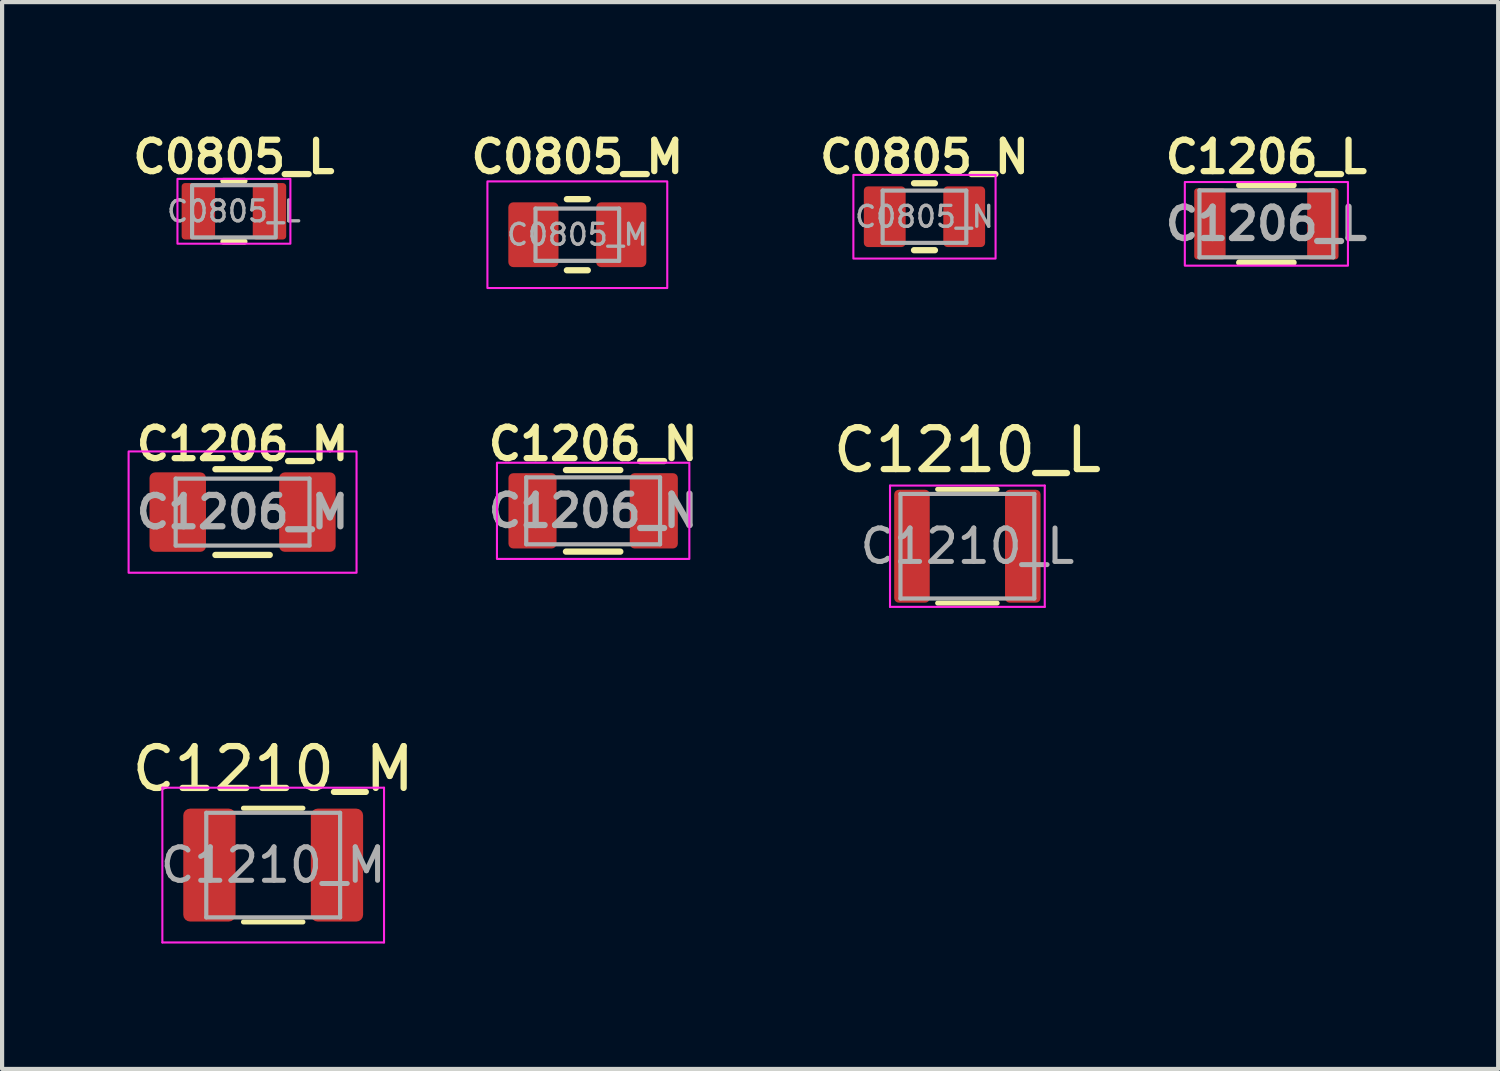
<source format=kicad_pcb>
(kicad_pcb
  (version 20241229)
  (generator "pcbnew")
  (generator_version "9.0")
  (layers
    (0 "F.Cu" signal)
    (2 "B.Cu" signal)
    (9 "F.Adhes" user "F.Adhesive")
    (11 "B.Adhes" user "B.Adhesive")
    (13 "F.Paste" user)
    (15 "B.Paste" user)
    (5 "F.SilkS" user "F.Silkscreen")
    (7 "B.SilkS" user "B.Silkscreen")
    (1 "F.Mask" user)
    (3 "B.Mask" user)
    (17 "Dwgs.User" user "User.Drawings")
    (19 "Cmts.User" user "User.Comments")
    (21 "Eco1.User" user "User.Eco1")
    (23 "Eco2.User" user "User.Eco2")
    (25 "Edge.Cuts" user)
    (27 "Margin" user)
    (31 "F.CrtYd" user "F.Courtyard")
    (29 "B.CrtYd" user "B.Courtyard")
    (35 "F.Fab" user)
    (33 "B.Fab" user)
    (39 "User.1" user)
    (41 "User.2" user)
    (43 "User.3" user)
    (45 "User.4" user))
  (footprint "C1210_M"
    (layer "F.Cu")
    (at 3.482 17.634)
    (property "Reference" "C1210_M" (at 0 -2.3 0) (layer "F.SilkS") (effects (font (size 1 1) (thickness 0.15))))
    (attr smd)
    (fp_line (start -0.711 -1.36) (end 0.711 -1.36) (stroke (width 0.12) (type solid)) (layer "F.SilkS"))
    (fp_line (start -0.711 1.36) (end 0.711 1.36) (stroke (width 0.12) (type solid)) (layer "F.SilkS"))
    (fp_line (start -2.65 -1.85) (end 2.65 -1.85) (stroke (width 0.05) (type solid)) (layer "F.CrtYd"))
    (fp_line (start -2.65 1.85) (end -2.65 -1.85) (stroke (width 0.05) (type solid)) (layer "F.CrtYd"))
    (fp_line (start 2.65 -1.85) (end 2.65 1.85) (stroke (width 0.05) (type solid)) (layer "F.CrtYd"))
    (fp_line (start 2.65 1.85) (end -2.65 1.85) (stroke (width 0.05) (type solid)) (layer "F.CrtYd"))
    (fp_line (start -1.6 -1.25) (end 1.6 -1.25) (stroke (width 0.1) (type solid)) (layer "F.Fab"))
    (fp_line (start -1.6 1.25) (end -1.6 -1.25) (stroke (width 0.1) (type solid)) (layer "F.Fab"))
    (fp_line (start 1.6 -1.25) (end 1.6 1.25) (stroke (width 0.1) (type solid)) (layer "F.Fab"))
    (fp_line (start 1.6 1.25) (end -1.6 1.25) (stroke (width 0.1) (type solid)) (layer "F.Fab"))
    (fp_text user "${REFERENCE}" (at 0 0 0) (layer "F.Fab") (effects (font (size 0.8 0.8) (thickness 0.12))))
    (pad "1" smd roundrect (at -1.525 0) (size 1.25 2.7) (layers "F.Cu" "F.Mask" "F.Paste") (roundrect_rratio 0.13))
    (pad "2" smd roundrect (at 1.525 0) (size 1.25 2.7) (layers "F.Cu" "F.Mask" "F.Paste") (roundrect_rratio 0.13)))
  (footprint "C0805_N"
    (layer "F.Cu")
    (at 19.054 2.132)
    (property "Reference" "C0805_N" (at 0 -1.43 0) (layer "F.SilkS") (effects (font (size 0.75 0.75) (thickness 0.15))))
    (attr smd)
    (fp_line (start -0.25 -0.8) (end 0.25 -0.8) (stroke (width 0.15) (type solid)) (layer "F.SilkS"))
    (fp_line (start -0.25 0.8) (end 0.25 0.8) (stroke (width 0.15) (type solid)) (layer "F.SilkS"))
    (fp_rect (start -1.7 -1) (end 1.7 1) (stroke (width 0.05) (type default)) (fill no) (layer "F.CrtYd"))
    (fp_line (start -1 -0.625) (end 1 -0.625) (stroke (width 0.1) (type solid)) (layer "F.Fab"))
    (fp_line (start -1 0.625) (end -1 -0.625) (stroke (width 0.1) (type solid)) (layer "F.Fab"))
    (fp_line (start 1 -0.625) (end 1 0.625) (stroke (width 0.1) (type solid)) (layer "F.Fab"))
    (fp_line (start 1 0.625) (end -1 0.625) (stroke (width 0.1) (type solid)) (layer "F.Fab"))
    (fp_text user "${REFERENCE}" (at 0 0 0) (layer "F.Fab") (effects (font (size 0.5 0.5) (thickness 0.08))))
    (pad "1" smd roundrect (at -0.95 0) (size 1 1.45) (layers "F.Cu" "F.Mask" "F.Paste") (roundrect_rratio 0.1))
    (pad "2" smd roundrect (at 0.95 0) (size 1 1.45) (layers "F.Cu" "F.Mask" "F.Paste") (roundrect_rratio 0.1)))
  (footprint "C1206_M"
    (layer "F.Cu")
    (at 2.75 9.194)
    (property "Reference" "C1206_M" (at 0 -1.63 0) (layer "F.SilkS") (effects (font (size 0.75 0.75) (thickness 0.15))))
    (attr smd)
    (fp_line (start -0.65 -1.025) (end 0.65 -1.025) (stroke (width 0.15) (type solid)) (layer "F.SilkS"))
    (fp_line (start -0.65 1.025) (end 0.65 1.025) (stroke (width 0.15) (type solid)) (layer "F.SilkS"))
    (fp_rect (start -2.725 -1.45) (end 2.725 1.45) (stroke (width 0.05) (type solid)) (fill no) (layer "F.CrtYd"))
    (fp_line (start -1.6 -0.8) (end 1.6 -0.8) (stroke (width 0.1) (type solid)) (layer "F.Fab"))
    (fp_line (start -1.6 0.8) (end -1.6 -0.8) (stroke (width 0.1) (type solid)) (layer "F.Fab"))
    (fp_line (start 1.6 -0.8) (end 1.6 0.8) (stroke (width 0.1) (type solid)) (layer "F.Fab"))
    (fp_line (start 1.6 0.8) (end -1.6 0.8) (stroke (width 0.1) (type solid)) (layer "F.Fab"))
    (fp_text user "${REFERENCE}" (at 0 0 0) (layer "F.Fab") (effects (font (size 0.75 0.75) (thickness 0.15) (bold yes))))
    (pad "1" smd roundrect (at -1.55 0) (size 1.35 1.9) (layers "F.Cu" "F.Mask" "F.Paste") (roundrect_rratio 0.1))
    (pad "2" smd roundrect (at 1.55 0) (size 1.35 1.9) (layers "F.Cu" "F.Mask" "F.Paste") (roundrect_rratio 0.1)))
  (footprint "C0805_L"
    (layer "F.Cu")
    (at 2.543 2.002)
    (property "Reference" "C0805_L" (at 0 -1.3 0) (layer "F.SilkS") (effects (font (size 0.75 0.75) (thickness 0.15))))
    (attr smd)
    (fp_line (start -0.25 -0.725) (end 0.25 -0.725) (stroke (width 0.15) (type solid)) (layer "F.SilkS"))
    (fp_line (start -0.25 0.725) (end 0.25 0.725) (stroke (width 0.15) (type solid)) (layer "F.SilkS"))
    (fp_rect (start -1.35 -0.775) (end 1.35 0.775) (stroke (width 0.05) (type solid)) (fill no) (layer "F.CrtYd"))
    (fp_rect (start -1 -0.625) (end 1 0.625) (stroke (width 0.1) (type default)) (fill no) (layer "F.Fab"))
    (fp_text user "${REFERENCE}" (at 0 0 0) (layer "F.Fab") (effects (font (size 0.5 0.5) (thickness 0.08))))
    (pad "1" smd roundrect (at -0.85 0) (size 0.8 1.35) (layers "F.Cu" "F.Mask" "F.Paste") (roundrect_rratio 0.1))
    (pad "2" smd roundrect (at 0.85 0) (size 0.8 1.35) (layers "F.Cu" "F.Mask" "F.Paste") (roundrect_rratio 0.1)))
  (footprint "C0805_M"
    (layer "F.Cu")
    (at 10.754 2.562)
    (property "Reference" "C0805_M" (at 0 -1.86 0) (layer "F.SilkS") (effects (font (size 0.75 0.75) (thickness 0.15))))
    (attr smd)
    (fp_line (start -0.25 -0.85) (end 0.25 -0.85) (stroke (width 0.15) (type solid)) (layer "F.SilkS"))
    (fp_line (start -0.25 0.85) (end 0.25 0.85) (stroke (width 0.15) (type solid)) (layer "F.SilkS"))
    (fp_rect (start -2.15 -1.275) (end 2.15 1.275) (stroke (width 0.05) (type solid)) (fill no) (layer "F.CrtYd"))
    (fp_line (start -1 -0.625) (end 1 -0.625) (stroke (width 0.1) (type solid)) (layer "F.Fab"))
    (fp_line (start -1 0.625) (end -1 -0.625) (stroke (width 0.1) (type solid)) (layer "F.Fab"))
    (fp_line (start 1 -0.625) (end 1 0.625) (stroke (width 0.1) (type solid)) (layer "F.Fab"))
    (fp_line (start 1 0.625) (end -1 0.625) (stroke (width 0.1) (type solid)) (layer "F.Fab"))
    (fp_text user "${REFERENCE}" (at 0 0 0) (layer "F.Fab") (effects (font (size 0.5 0.5) (thickness 0.08))))
    (pad "1" smd roundrect (at -1.05 0) (size 1.2 1.55) (layers "F.Cu" "F.Mask" "F.Paste") (roundrect_rratio 0.1))
    (pad "2" smd roundrect (at 1.05 0) (size 1.2 1.55) (layers "F.Cu" "F.Mask" "F.Paste") (roundrect_rratio 0.1)))
  (footprint "C1206_L"
    (layer "F.Cu")
    (at 27.229 2.302)
    (property "Reference" "C1206_L" (at 0 -1.6 0) (layer "F.SilkS") (effects (font (size 0.75 0.75) (thickness 0.15))))
    (attr smd)
    (fp_line (start -0.65 -0.925) (end 0.65 -0.925) (stroke (width 0.15) (type solid)) (layer "F.SilkS"))
    (fp_line (start -0.65 0.925) (end 0.65 0.925) (stroke (width 0.15) (type solid)) (layer "F.SilkS"))
    (fp_rect (start -1.95 -1) (end 1.95 1) (stroke (width 0.05) (type default)) (fill no) (layer "F.CrtYd"))
    (fp_line (start -1.6 -0.8) (end 1.6 -0.8) (stroke (width 0.1) (type solid)) (layer "F.Fab"))
    (fp_line (start -1.6 0.8) (end -1.6 -0.8) (stroke (width 0.1) (type solid)) (layer "F.Fab"))
    (fp_line (start 1.6 -0.8) (end 1.6 0.8) (stroke (width 0.1) (type solid)) (layer "F.Fab"))
    (fp_line (start 1.6 0.8) (end -1.6 0.8) (stroke (width 0.1) (type solid)) (layer "F.Fab"))
    (fp_text user "${REFERENCE}" (at 0 0 0) (layer "F.Fab") (effects (font (size 0.75 0.75) (thickness 0.15) (bold yes))))
    (pad "1" smd roundrect (at -1.35 0) (size 0.75 1.7) (layers "F.Cu" "F.Mask" "F.Paste") (roundrect_rratio 0.1))
    (pad "2" smd roundrect (at 1.35 0) (size 0.75 1.7) (layers "F.Cu" "F.Mask" "F.Paste") (roundrect_rratio 0.1)))
  (footprint "C1210_L"
    (layer "F.Cu")
    (at 20.08 10.01)
    (property "Reference" "C1210_L" (at 0 -2.3 0) (layer "F.SilkS") (effects (font (size 1 1) (thickness 0.15))))
    (attr smd)
    (fp_line (start -0.711 -1.36) (end 0.711 -1.36) (stroke (width 0.12) (type solid)) (layer "F.SilkS"))
    (fp_line (start -0.711 1.36) (end 0.711 1.36) (stroke (width 0.12) (type solid)) (layer "F.SilkS"))
    (fp_line (start -1.85 -1.45) (end 1.85 -1.45) (stroke (width 0.05) (type solid)) (layer "F.CrtYd"))
    (fp_line (start -1.85 1.45) (end -1.85 -1.45) (stroke (width 0.05) (type solid)) (layer "F.CrtYd"))
    (fp_line (start 1.85 -1.45) (end 1.85 1.45) (stroke (width 0.05) (type solid)) (layer "F.CrtYd"))
    (fp_line (start 1.85 1.45) (end -1.85 1.45) (stroke (width 0.05) (type solid)) (layer "F.CrtYd"))
    (fp_line (start -1.6 -1.25) (end 1.6 -1.25) (stroke (width 0.1) (type solid)) (layer "F.Fab"))
    (fp_line (start -1.6 1.25) (end -1.6 -1.25) (stroke (width 0.1) (type solid)) (layer "F.Fab"))
    (fp_line (start 1.6 -1.25) (end 1.6 1.25) (stroke (width 0.1) (type solid)) (layer "F.Fab"))
    (fp_line (start 1.6 1.25) (end -1.6 1.25) (stroke (width 0.1) (type solid)) (layer "F.Fab"))
    (fp_text user "${REFERENCE}" (at 0 0 0) (layer "F.Fab") (effects (font (size 0.8 0.8) (thickness 0.12))))
    (pad "1" smd roundrect (at -1.325 0) (size 0.85 2.7) (layers "F.Cu" "F.Mask" "F.Paste") (roundrect_rratio 0.13))
    (pad "2" smd roundrect (at 1.325 0) (size 0.85 2.7) (layers "F.Cu" "F.Mask" "F.Paste") (roundrect_rratio 0.13)))
  (footprint "C1206_N"
    (layer "F.Cu")
    (at 11.132 9.164)
    (property "Reference" "C1206_N" (at 0 -1.6 0) (layer "F.SilkS") (effects (font (size 0.75 0.75) (thickness 0.15))))
    (attr smd)
    (fp_line (start -0.65 -0.975) (end 0.65 -0.975) (stroke (width 0.15) (type solid)) (layer "F.SilkS"))
    (fp_line (start -0.65 0.975) (end 0.65 0.975) (stroke (width 0.15) (type solid)) (layer "F.SilkS"))
    (fp_rect (start -2.3 -1.15) (end 2.3 1.15) (stroke (width 0.05) (type default)) (fill no) (layer "F.CrtYd"))
    (fp_line (start -1.6 -0.8) (end 1.6 -0.8) (stroke (width 0.1) (type solid)) (layer "F.Fab"))
    (fp_line (start -1.6 0.8) (end -1.6 -0.8) (stroke (width 0.1) (type solid)) (layer "F.Fab"))
    (fp_line (start 1.6 -0.8) (end 1.6 0.8) (stroke (width 0.1) (type solid)) (layer "F.Fab"))
    (fp_line (start 1.6 0.8) (end -1.6 0.8) (stroke (width 0.1) (type solid)) (layer "F.Fab"))
    (fp_text user "${REFERENCE}" (at 0 0 0) (layer "F.Fab") (effects (font (size 0.75 0.75) (thickness 0.15) (bold yes))))
    (pad "1" smd roundrect (at -1.45 0) (size 1.15 1.8) (layers "F.Cu" "F.Mask" "F.Paste") (roundrect_rratio 0.1))
    (pad "2" smd roundrect (at 1.45 0) (size 1.15 1.8) (layers "F.Cu" "F.Mask" "F.Paste") (roundrect_rratio 0.1)))
  (gr_rect
    (start -3 -3)
    (end 32.771 22.509)
    (stroke (width 0.1) (type default))
    (fill no)
    (layer "Edge.Cuts")))
</source>
